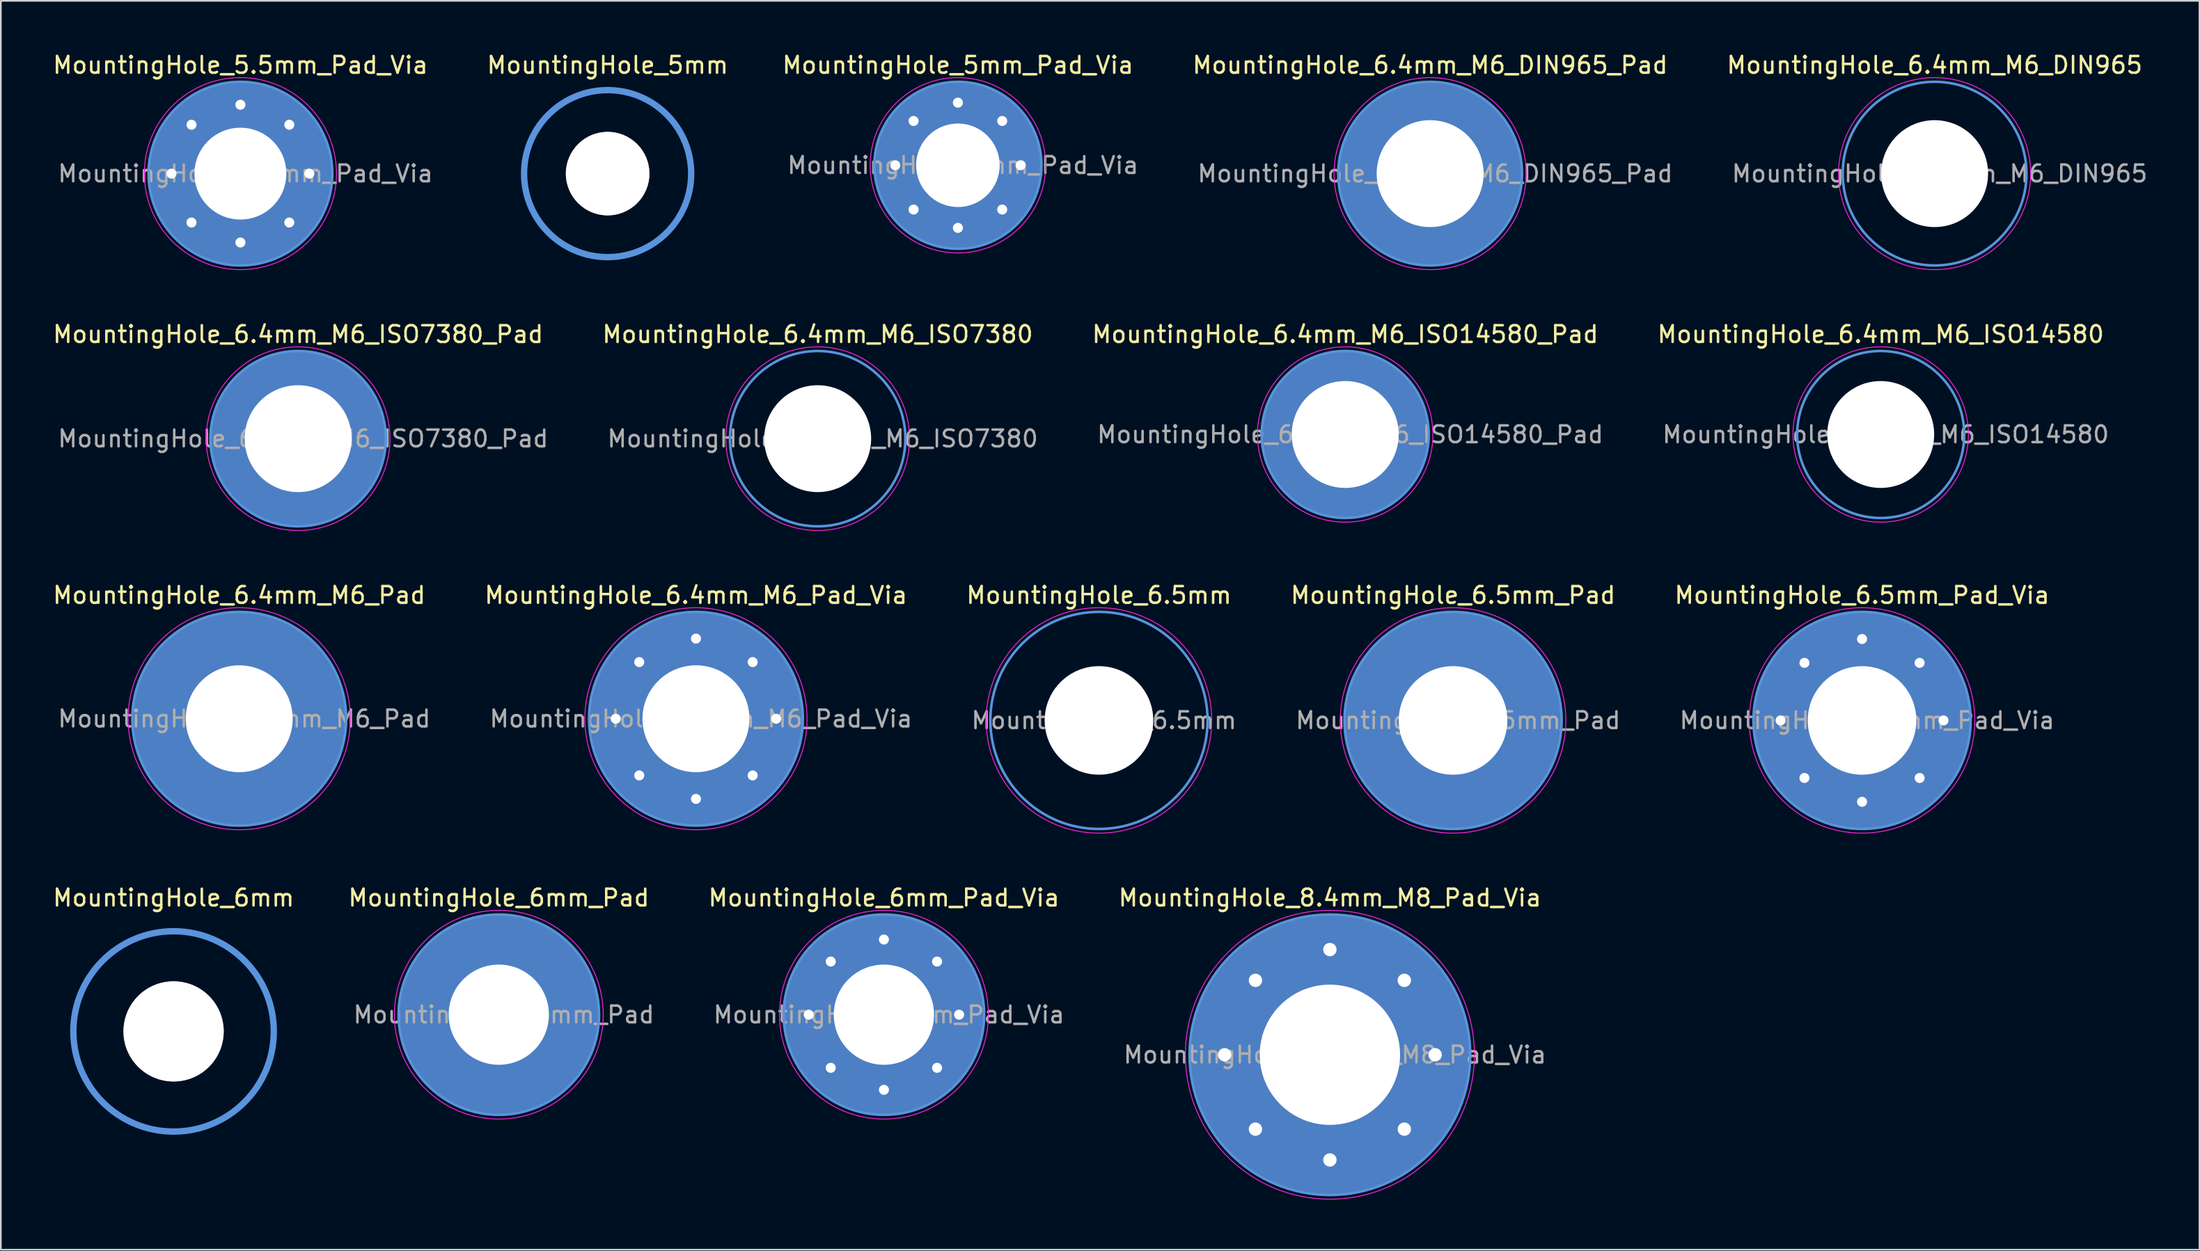
<source format=kicad_pcb>
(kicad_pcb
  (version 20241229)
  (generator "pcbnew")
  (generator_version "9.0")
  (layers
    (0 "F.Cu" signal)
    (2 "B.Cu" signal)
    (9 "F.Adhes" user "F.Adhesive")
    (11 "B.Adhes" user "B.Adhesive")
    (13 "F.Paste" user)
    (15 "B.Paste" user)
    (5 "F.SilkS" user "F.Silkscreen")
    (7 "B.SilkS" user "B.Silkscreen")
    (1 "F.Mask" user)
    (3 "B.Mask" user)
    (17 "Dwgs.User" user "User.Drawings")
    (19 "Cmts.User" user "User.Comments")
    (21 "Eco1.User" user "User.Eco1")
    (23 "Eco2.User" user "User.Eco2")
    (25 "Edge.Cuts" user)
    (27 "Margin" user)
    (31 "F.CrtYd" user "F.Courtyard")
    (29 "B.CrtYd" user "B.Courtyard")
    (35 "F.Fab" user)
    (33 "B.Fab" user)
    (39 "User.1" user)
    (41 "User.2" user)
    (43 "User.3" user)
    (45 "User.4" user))
  (footprint "MountingHole_6mm_Pad_Via"
    (layer "F.Cu")
    (at 49.854 57.718)
    (property "Reference" "MountingHole_6mm_Pad_Via" (at 0 -7 0) (layer "F.SilkS") (effects (font (size 1 1) (thickness 0.15))))
    (attr through_hole)
    (fp_circle (center 0 0) (end 6 0) (stroke (width 0.15) (type solid)) (fill no) (layer "Cmts.User"))
    (fp_circle (center 0 0) (end 6.25 0) (stroke (width 0.05) (type solid)) (fill no) (layer "F.CrtYd"))
    (fp_text user "${REFERENCE}" (at 0.3 0 0) (layer "F.Fab") (effects (font (size 1 1) (thickness 0.15))))
    (pad "" thru_hole circle (at -4.5 0) (size 0.7 0.7) (drill 0.6) (layers "*.Cu" "*.Mask"))
    (pad "" thru_hole circle (at -3.182 -3.182) (size 0.7 0.7) (drill 0.6) (layers "*.Cu" "*.Mask"))
    (pad "" thru_hole circle (at -3.182 3.182) (size 0.7 0.7) (drill 0.6) (layers "*.Cu" "*.Mask"))
    (pad "" thru_hole circle (at 0 -4.5) (size 0.7 0.7) (drill 0.6) (layers "*.Cu" "*.Mask"))
    (pad "" thru_hole circle (at 0 4.5) (size 0.7 0.7) (drill 0.6) (layers "*.Cu" "*.Mask"))
    (pad "" thru_hole circle (at 3.182 -3.182) (size 0.7 0.7) (drill 0.6) (layers "*.Cu" "*.Mask"))
    (pad "" thru_hole circle (at 3.182 3.182) (size 0.7 0.7) (drill 0.6) (layers "*.Cu" "*.Mask"))
    (pad "" thru_hole circle (at 4.5 0) (size 0.7 0.7) (drill 0.6) (layers "*.Cu" "*.Mask"))
    (pad "1" thru_hole circle (at 0 0) (size 12 12) (drill 6) (layers "*.Cu" "*.Mask")))
  (footprint "MountingHole_6mm"
    (layer "F.Cu")
    (at 7.339 58.719)
    (property "Reference" "MountingHole_6mm" (at 0 -8.001 0) (layer "F.SilkS") (effects (font (size 1 1) (thickness 0.15))))
    (attr through_hole)
    (fp_circle (center 0 0) (end 5.999 0) (stroke (width 0.381) (type solid)) (fill no) (layer "Cmts.User"))
    (pad "" thru_hole circle (at 0 0) (size 5.999 5.999) (drill 5.999) (layers)))
  (footprint "MountingHole_6mm_Pad"
    (layer "F.Cu")
    (at 26.804 57.718)
    (property "Reference" "MountingHole_6mm_Pad" (at 0 -7 0) (layer "F.SilkS") (effects (font (size 1 1) (thickness 0.15))))
    (attr through_hole)
    (fp_circle (center 0 0) (end 6 0) (stroke (width 0.15) (type solid)) (fill no) (layer "Cmts.User"))
    (fp_circle (center 0 0) (end 6.25 0) (stroke (width 0.05) (type solid)) (fill no) (layer "F.CrtYd"))
    (fp_text user "${REFERENCE}" (at 0.3 0 0) (layer "F.Fab") (effects (font (size 1 1) (thickness 0.15))))
    (pad "1" thru_hole circle (at 0 0) (size 12 12) (drill 6) (layers "*.Cu" "*.Mask")))
  (footprint "MountingHole_6.4mm_M6_Pad_Via"
    (layer "F.Cu")
    (at 38.604 39.995)
    (property "Reference" "MountingHole_6.4mm_M6_Pad_Via" (at 0 -7.4 0) (layer "F.SilkS") (effects (font (size 1 1) (thickness 0.15))))
    (attr through_hole)
    (fp_circle (center 0 0) (end 6.4 0) (stroke (width 0.15) (type solid)) (fill no) (layer "Cmts.User"))
    (fp_circle (center 0 0) (end 6.65 0) (stroke (width 0.05) (type solid)) (fill no) (layer "F.CrtYd"))
    (fp_text user "${REFERENCE}" (at 0.3 0 0) (layer "F.Fab") (effects (font (size 1 1) (thickness 0.15))))
    (pad "" thru_hole circle (at -4.8 0) (size 0.7 0.7) (drill 0.6) (layers "*.Cu" "*.Mask"))
    (pad "" thru_hole circle (at -3.394 -3.394) (size 0.7 0.7) (drill 0.6) (layers "*.Cu" "*.Mask"))
    (pad "" thru_hole circle (at -3.394 3.394) (size 0.7 0.7) (drill 0.6) (layers "*.Cu" "*.Mask"))
    (pad "" thru_hole circle (at 0 -4.8) (size 0.7 0.7) (drill 0.6) (layers "*.Cu" "*.Mask"))
    (pad "" thru_hole circle (at 0 4.8) (size 0.7 0.7) (drill 0.6) (layers "*.Cu" "*.Mask"))
    (pad "" thru_hole circle (at 3.394 -3.394) (size 0.7 0.7) (drill 0.6) (layers "*.Cu" "*.Mask"))
    (pad "" thru_hole circle (at 3.394 3.394) (size 0.7 0.7) (drill 0.6) (layers "*.Cu" "*.Mask"))
    (pad "" thru_hole circle (at 4.8 0) (size 0.7 0.7) (drill 0.6) (layers "*.Cu" "*.Mask"))
    (pad "1" thru_hole circle (at 0 0) (size 12.8 12.8) (drill 6.4) (layers "*.Cu" "*.Mask")))
  (footprint "MountingHole_6.4mm_M6_ISO7380_Pad"
    (layer "F.Cu")
    (at 14.792 23.221)
    (property "Reference" "MountingHole_6.4mm_M6_ISO7380_Pad" (at 0 -6.25 0) (layer "F.SilkS") (effects (font (size 1 1) (thickness 0.15))))
    (attr through_hole)
    (fp_circle (center 0 0) (end 5.25 0) (stroke (width 0.15) (type solid)) (fill no) (layer "Cmts.User"))
    (fp_circle (center 0 0) (end 5.5 0) (stroke (width 0.05) (type solid)) (fill no) (layer "F.CrtYd"))
    (fp_text user "${REFERENCE}" (at 0.3 0 0) (layer "F.Fab") (effects (font (size 1 1) (thickness 0.15))))
    (pad "1" thru_hole circle (at 0 0) (size 10.5 10.5) (drill 6.4) (layers "*.Cu" "*.Mask")))
  (footprint "MountingHole_6.5mm_Pad"
    (layer "F.Cu")
    (at 83.918 40.095)
    (property "Reference" "MountingHole_6.5mm_Pad" (at 0 -7.5 0) (layer "F.SilkS") (effects (font (size 1 1) (thickness 0.15))))
    (attr through_hole)
    (fp_circle (center 0 0) (end 6.5 0) (stroke (width 0.15) (type solid)) (fill no) (layer "Cmts.User"))
    (fp_circle (center 0 0) (end 6.75 0) (stroke (width 0.05) (type solid)) (fill no) (layer "F.CrtYd"))
    (fp_text user "${REFERENCE}" (at 0.3 0 0) (layer "F.Fab") (effects (font (size 1 1) (thickness 0.15))))
    (pad "1" thru_hole circle (at 0 0) (size 13 13) (drill 6.5) (layers "*.Cu" "*.Mask")))
  (footprint "MountingHole_6.4mm_M6_Pad"
    (layer "F.Cu")
    (at 11.268 39.995)
    (property "Reference" "MountingHole_6.4mm_M6_Pad" (at 0 -7.4 0) (layer "F.SilkS") (effects (font (size 1 1) (thickness 0.15))))
    (attr through_hole)
    (fp_circle (center 0 0) (end 6.4 0) (stroke (width 0.15) (type solid)) (fill no) (layer "Cmts.User"))
    (fp_circle (center 0 0) (end 6.65 0) (stroke (width 0.05) (type solid)) (fill no) (layer "F.CrtYd"))
    (fp_text user "${REFERENCE}" (at 0.3 0 0) (layer "F.Fab") (effects (font (size 1 1) (thickness 0.15))))
    (pad "1" thru_hole circle (at 0 0) (size 12.8 12.8) (drill 6.4) (layers "*.Cu" "*.Mask")))
  (footprint "MountingHole_5mm"
    (layer "F.Cu")
    (at 33.318 7.348)
    (property "Reference" "MountingHole_5mm" (at 0 -6.5 0) (layer "F.SilkS") (effects (font (size 1 1) (thickness 0.15))))
    (attr through_hole)
    (fp_circle (center 0 0) (end 5.001 0) (stroke (width 0.381) (type solid)) (fill no) (layer "Cmts.User"))
    (pad "" thru_hole circle (at 0 0) (size 5.001 5.001) (drill 5.001) (layers)))
  (footprint "MountingHole_6.5mm_Pad_Via"
    (layer "F.Cu")
    (at 108.396 40.095)
    (property "Reference" "MountingHole_6.5mm_Pad_Via" (at 0 -7.5 0) (layer "F.SilkS") (effects (font (size 1 1) (thickness 0.15))))
    (attr through_hole)
    (fp_circle (center 0 0) (end 6.5 0) (stroke (width 0.15) (type solid)) (fill no) (layer "Cmts.User"))
    (fp_circle (center 0 0) (end 6.75 0) (stroke (width 0.05) (type solid)) (fill no) (layer "F.CrtYd"))
    (fp_text user "${REFERENCE}" (at 0.3 0 0) (layer "F.Fab") (effects (font (size 1 1) (thickness 0.15))))
    (pad "" thru_hole circle (at -4.875 0) (size 0.9 0.9) (drill 0.6) (layers "*.Cu" "*.Mask"))
    (pad "" thru_hole circle (at -3.447 -3.447) (size 0.9 0.9) (drill 0.6) (layers "*.Cu" "*.Mask"))
    (pad "" thru_hole circle (at -3.447 3.447) (size 0.9 0.9) (drill 0.6) (layers "*.Cu" "*.Mask"))
    (pad "" thru_hole circle (at 0 -4.875) (size 0.9 0.9) (drill 0.6) (layers "*.Cu" "*.Mask"))
    (pad "" thru_hole circle (at 0 4.875) (size 0.9 0.9) (drill 0.6) (layers "*.Cu" "*.Mask"))
    (pad "" thru_hole circle (at 3.447 -3.447) (size 0.9 0.9) (drill 0.6) (layers "*.Cu" "*.Mask"))
    (pad "" thru_hole circle (at 3.447 3.447) (size 0.9 0.9) (drill 0.6) (layers "*.Cu" "*.Mask"))
    (pad "" thru_hole circle (at 4.875 0) (size 0.9 0.9) (drill 0.6) (layers "*.Cu" "*.Mask"))
    (pad "1" thru_hole circle (at 0 0) (size 13 13) (drill 6.5) (layers "*.Cu" "*.Mask")))
  (footprint "MountingHole_6.4mm_M6_DIN965_Pad"
    (layer "F.Cu")
    (at 82.546 7.348)
    (property "Reference" "MountingHole_6.4mm_M6_DIN965_Pad" (at 0 -6.5 0) (layer "F.SilkS") (effects (font (size 1 1) (thickness 0.15))))
    (attr through_hole)
    (fp_circle (center 0 0) (end 5.5 0) (stroke (width 0.15) (type solid)) (fill no) (layer "Cmts.User"))
    (fp_circle (center 0 0) (end 5.75 0) (stroke (width 0.05) (type solid)) (fill no) (layer "F.CrtYd"))
    (fp_text user "${REFERENCE}" (at 0.3 0 0) (layer "F.Fab") (effects (font (size 1 1) (thickness 0.15))))
    (pad "1" thru_hole circle (at 0 0) (size 11 11) (drill 6.4) (layers "*.Cu" "*.Mask")))
  (footprint "MountingHole_6.4mm_M6_ISO14580"
    (layer "F.Cu")
    (at 109.513 22.971)
    (property "Reference" "MountingHole_6.4mm_M6_ISO14580" (at 0 -6 0) (layer "F.SilkS") (effects (font (size 1 1) (thickness 0.15))))
    (attr through_hole)
    (fp_circle (center 0 0) (end 5 0) (stroke (width 0.15) (type solid)) (fill no) (layer "Cmts.User"))
    (fp_circle (center 0 0) (end 5.25 0) (stroke (width 0.05) (type solid)) (fill no) (layer "F.CrtYd"))
    (fp_text user "${REFERENCE}" (at 0.3 0 0) (layer "F.Fab") (effects (font (size 1 1) (thickness 0.15))))
    (pad "" np_thru_hole circle (at 0 0) (size 6.4 6.4) (drill 6.4) (layers "*.Cu" "*.Mask")))
  (footprint "MountingHole_8.4mm_M8_Pad_Via"
    (layer "F.Cu")
    (at 76.546 60.118)
    (property "Reference" "MountingHole_8.4mm_M8_Pad_Via" (at 0 -9.4 0) (layer "F.SilkS") (effects (font (size 1 1) (thickness 0.15))))
    (attr through_hole)
    (fp_circle (center 0 0) (end 8.4 0) (stroke (width 0.15) (type solid)) (fill no) (layer "Cmts.User"))
    (fp_circle (center 0 0) (end 8.65 0) (stroke (width 0.05) (type solid)) (fill no) (layer "F.CrtYd"))
    (fp_text user "${REFERENCE}" (at 0.3 0 0) (layer "F.Fab") (effects (font (size 1 1) (thickness 0.15))))
    (pad "" thru_hole circle (at -6.3 0) (size 1.1 1.1) (drill 0.8) (layers "*.Cu" "*.Mask"))
    (pad "" thru_hole circle (at -4.455 -4.455) (size 1.1 1.1) (drill 0.8) (layers "*.Cu" "*.Mask"))
    (pad "" thru_hole circle (at -4.455 4.455) (size 1.1 1.1) (drill 0.8) (layers "*.Cu" "*.Mask"))
    (pad "" thru_hole circle (at 0 -6.3) (size 1.1 1.1) (drill 0.8) (layers "*.Cu" "*.Mask"))
    (pad "" thru_hole circle (at 0 6.3) (size 1.1 1.1) (drill 0.8) (layers "*.Cu" "*.Mask"))
    (pad "" thru_hole circle (at 4.455 -4.455) (size 1.1 1.1) (drill 0.8) (layers "*.Cu" "*.Mask"))
    (pad "" thru_hole circle (at 4.455 4.455) (size 1.1 1.1) (drill 0.8) (layers "*.Cu" "*.Mask"))
    (pad "" thru_hole circle (at 6.3 0) (size 1.1 1.1) (drill 0.8) (layers "*.Cu" "*.Mask"))
    (pad "1" thru_hole circle (at 0 0) (size 16.8 16.8) (drill 8.4) (layers "*.Cu" "*.Mask")))
  (footprint "MountingHole_5mm_Pad_Via"
    (layer "F.Cu")
    (at 54.282 6.848)
    (property "Reference" "MountingHole_5mm_Pad_Via" (at 0 -6 0) (layer "F.SilkS") (effects (font (size 1 1) (thickness 0.15))))
    (attr through_hole)
    (fp_circle (center 0 0) (end 5 0) (stroke (width 0.15) (type solid)) (fill no) (layer "Cmts.User"))
    (fp_circle (center 0 0) (end 5.25 0) (stroke (width 0.05) (type solid)) (fill no) (layer "F.CrtYd"))
    (fp_text user "${REFERENCE}" (at 0.3 0 0) (layer "F.Fab") (effects (font (size 1 1) (thickness 0.15))))
    (pad "" thru_hole circle (at -3.75 0) (size 0.7 0.7) (drill 0.6) (layers "*.Cu" "*.Mask"))
    (pad "" thru_hole circle (at -2.652 -2.652) (size 0.7 0.7) (drill 0.6) (layers "*.Cu" "*.Mask"))
    (pad "" thru_hole circle (at -2.652 2.652) (size 0.7 0.7) (drill 0.6) (layers "*.Cu" "*.Mask"))
    (pad "" thru_hole circle (at 0 -3.75) (size 0.7 0.7) (drill 0.6) (layers "*.Cu" "*.Mask"))
    (pad "" thru_hole circle (at 0 3.75) (size 0.7 0.7) (drill 0.6) (layers "*.Cu" "*.Mask"))
    (pad "" thru_hole circle (at 2.652 -2.652) (size 0.7 0.7) (drill 0.6) (layers "*.Cu" "*.Mask"))
    (pad "" thru_hole circle (at 2.652 2.652) (size 0.7 0.7) (drill 0.6) (layers "*.Cu" "*.Mask"))
    (pad "" thru_hole circle (at 3.75 0) (size 0.7 0.7) (drill 0.6) (layers "*.Cu" "*.Mask"))
    (pad "1" thru_hole circle (at 0 0) (size 10 10) (drill 5) (layers "*.Cu" "*.Mask")))
  (footprint "MountingHole_6.4mm_M6_ISO7380"
    (layer "F.Cu")
    (at 45.889 23.221)
    (property "Reference" "MountingHole_6.4mm_M6_ISO7380" (at 0 -6.25 0) (layer "F.SilkS") (effects (font (size 1 1) (thickness 0.15))))
    (attr through_hole)
    (fp_circle (center 0 0) (end 5.25 0) (stroke (width 0.15) (type solid)) (fill no) (layer "Cmts.User"))
    (fp_circle (center 0 0) (end 5.5 0) (stroke (width 0.05) (type solid)) (fill no) (layer "F.CrtYd"))
    (fp_text user "${REFERENCE}" (at 0.3 0 0) (layer "F.Fab") (effects (font (size 1 1) (thickness 0.15))))
    (pad "" np_thru_hole circle (at 0 0) (size 6.4 6.4) (drill 6.4) (layers "*.Cu" "*.Mask")))
  (footprint "MountingHole_6.4mm_M6_DIN965"
    (layer "F.Cu")
    (at 112.739 7.348)
    (property "Reference" "MountingHole_6.4mm_M6_DIN965" (at 0 -6.5 0) (layer "F.SilkS") (effects (font (size 1 1) (thickness 0.15))))
    (attr through_hole)
    (fp_circle (center 0 0) (end 5.5 0) (stroke (width 0.15) (type solid)) (fill no) (layer "Cmts.User"))
    (fp_circle (center 0 0) (end 5.75 0) (stroke (width 0.05) (type solid)) (fill no) (layer "F.CrtYd"))
    (fp_text user "${REFERENCE}" (at 0.3 0 0) (layer "F.Fab") (effects (font (size 1 1) (thickness 0.15))))
    (pad "" np_thru_hole circle (at 0 0) (size 6.4 6.4) (drill 6.4) (layers "*.Cu" "*.Mask")))
  (footprint "MountingHole_6.5mm"
    (layer "F.Cu")
    (at 62.725 40.095)
    (property "Reference" "MountingHole_6.5mm" (at 0 -7.5 0) (layer "F.SilkS") (effects (font (size 1 1) (thickness 0.15))))
    (attr through_hole)
    (fp_circle (center 0 0) (end 6.5 0) (stroke (width 0.15) (type solid)) (fill no) (layer "Cmts.User"))
    (fp_circle (center 0 0) (end 6.75 0) (stroke (width 0.05) (type solid)) (fill no) (layer "F.CrtYd"))
    (fp_text user "${REFERENCE}" (at 0.3 0 0) (layer "F.Fab") (effects (font (size 1 1) (thickness 0.15))))
    (pad "" np_thru_hole circle (at 0 0) (size 6.5 6.5) (drill 6.5) (layers "*.Cu" "*.Mask")))
  (footprint "MountingHole_5.5mm_Pad_Via"
    (layer "F.Cu")
    (at 11.339 7.348)
    (property "Reference" "MountingHole_5.5mm_Pad_Via" (at 0 -6.5 0) (layer "F.SilkS") (effects (font (size 1 1) (thickness 0.15))))
    (attr through_hole)
    (fp_circle (center 0 0) (end 5.5 0) (stroke (width 0.15) (type solid)) (fill no) (layer "Cmts.User"))
    (fp_circle (center 0 0) (end 5.75 0) (stroke (width 0.05) (type solid)) (fill no) (layer "F.CrtYd"))
    (fp_text user "${REFERENCE}" (at 0.3 0 0) (layer "F.Fab") (effects (font (size 1 1) (thickness 0.15))))
    (pad "" thru_hole circle (at -4.125 0) (size 0.9 0.9) (drill 0.6) (layers "*.Cu" "*.Mask"))
    (pad "" thru_hole circle (at -2.927 -2.927) (size 0.9 0.9) (drill 0.6) (layers "*.Cu" "*.Mask"))
    (pad "" thru_hole circle (at -2.927 2.927) (size 0.9 0.9) (drill 0.6) (layers "*.Cu" "*.Mask"))
    (pad "" thru_hole circle (at 0 -4.125) (size 0.9 0.9) (drill 0.6) (layers "*.Cu" "*.Mask"))
    (pad "" thru_hole circle (at 0 4.125) (size 0.9 0.9) (drill 0.6) (layers "*.Cu" "*.Mask"))
    (pad "" thru_hole circle (at 2.927 -2.927) (size 0.9 0.9) (drill 0.6) (layers "*.Cu" "*.Mask"))
    (pad "" thru_hole circle (at 2.927 2.927) (size 0.9 0.9) (drill 0.6) (layers "*.Cu" "*.Mask"))
    (pad "" thru_hole circle (at 4.125 0) (size 0.9 0.9) (drill 0.6) (layers "*.Cu" "*.Mask"))
    (pad "1" thru_hole circle (at 0 0) (size 11 11) (drill 5.5) (layers "*.Cu" "*.Mask")))
  (footprint "MountingHole_6.4mm_M6_ISO14580_Pad"
    (layer "F.Cu")
    (at 77.463 22.971)
    (property "Reference" "MountingHole_6.4mm_M6_ISO14580_Pad" (at 0 -6 0) (layer "F.SilkS") (effects (font (size 1 1) (thickness 0.15))))
    (attr through_hole)
    (fp_circle (center 0 0) (end 5 0) (stroke (width 0.15) (type solid)) (fill no) (layer "Cmts.User"))
    (fp_circle (center 0 0) (end 5.25 0) (stroke (width 0.05) (type solid)) (fill no) (layer "F.CrtYd"))
    (fp_text user "${REFERENCE}" (at 0.3 0 0) (layer "F.Fab") (effects (font (size 1 1) (thickness 0.15))))
    (pad "1" thru_hole circle (at 0 0) (size 10 10) (drill 6.4) (layers "*.Cu" "*.Mask")))
  (gr_rect
    (start -3 -3)
    (end 128.593 71.793)
    (stroke (width 0.1) (type default))
    (fill no)
    (layer "Edge.Cuts")))
</source>
